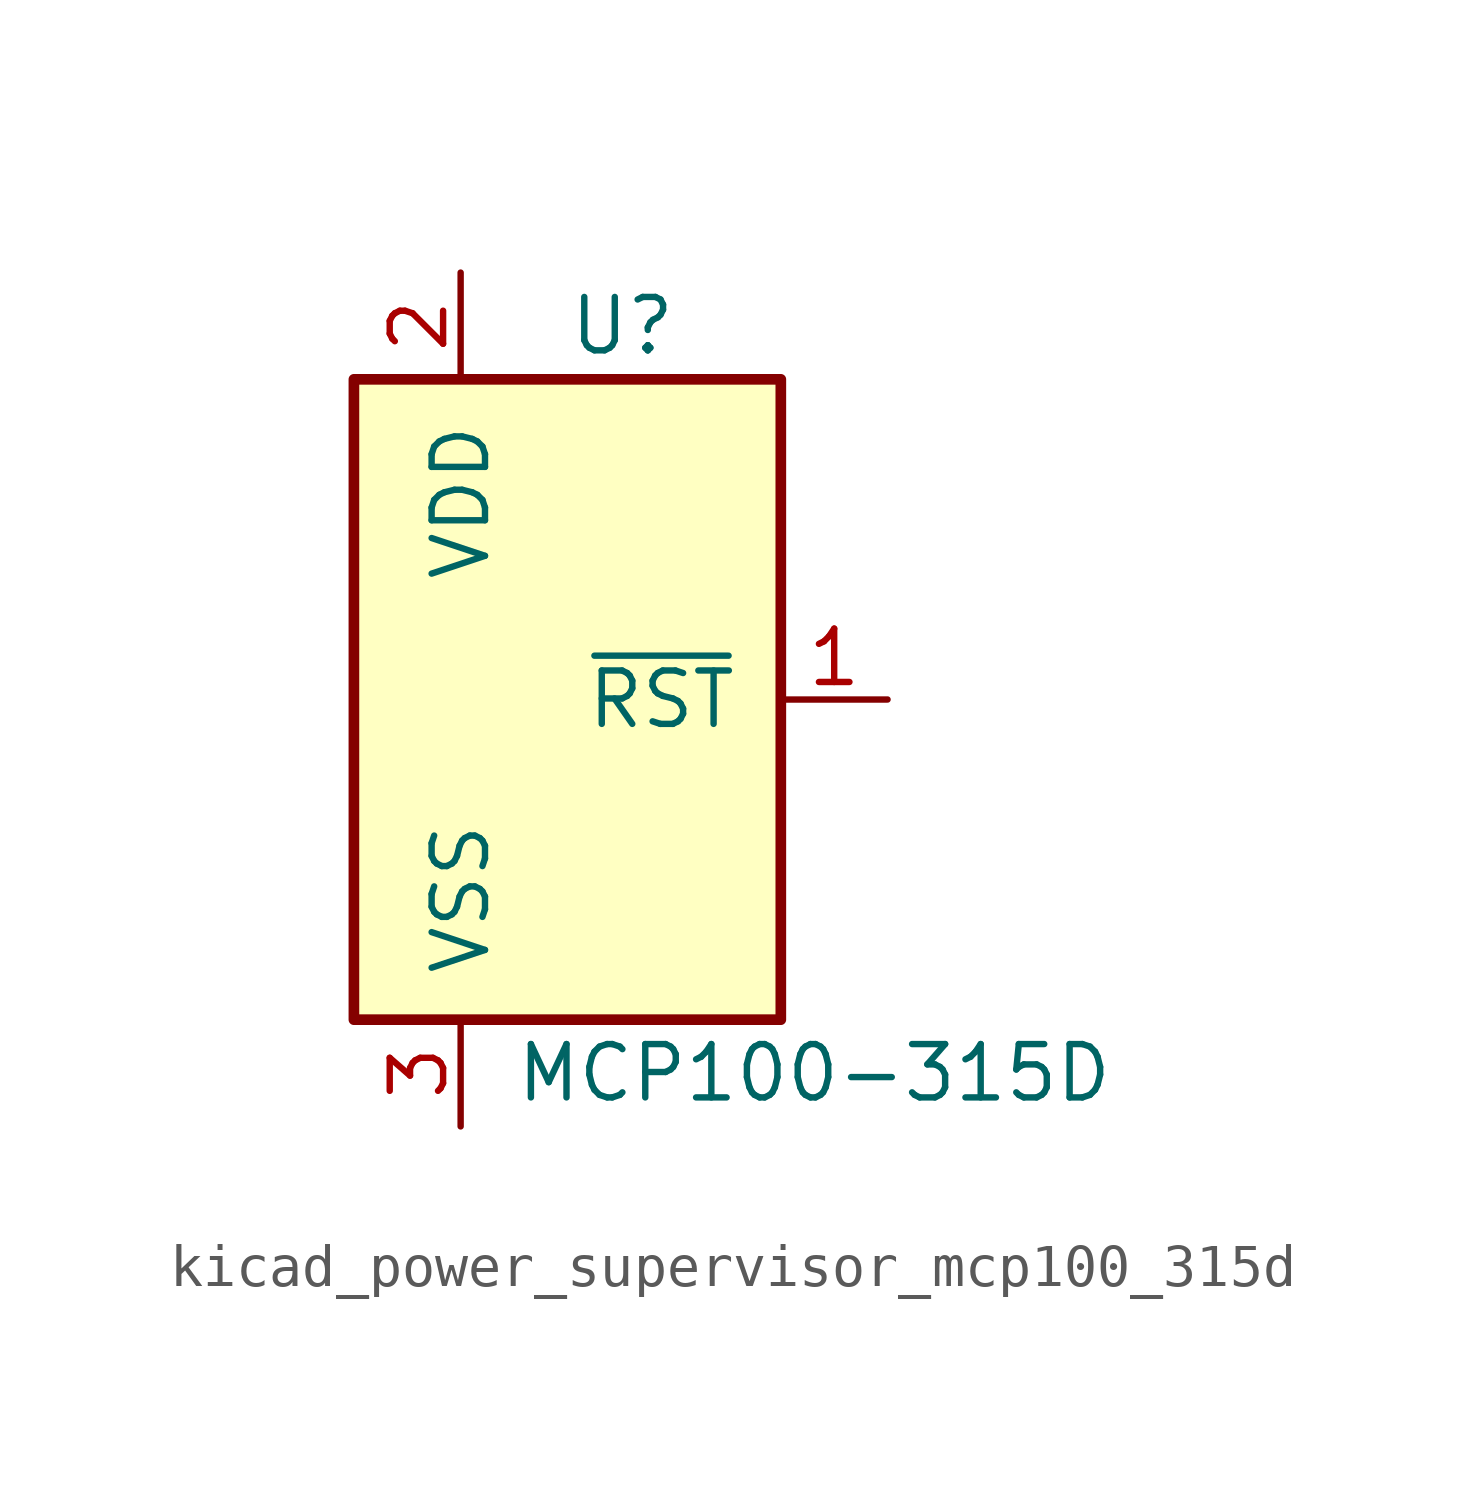
<source format=kicad_sym>
(kicad_symbol_lib
  (version 20220914)
  (generator kicad_symbol_editor)
  (symbol "kicad_power_supervisor_mcp100_315d"
    (pin_names
      (offset 1.016))
    (property "Reference" "U"
      (at 0 8.89 0)
      (effects (font (size 1.27 1.27)) (justify left)))
    (property "Value" "MCP100-315D"
      (at -1.27 -8.89 0)
      (effects (font (size 1.27 1.27)) (justify left)))
    (symbol "kicad_power_supervisor_mcp100_315d_1_1"
      (rectangle (start -5.08 7.62) (end 5.08 -7.62) (stroke (width 0.254) (type default)) (fill (type background)))
      (pin output line (at 7.62 0 180) (length 2.54) (name "~{RST}" (effects (font (size 1.27 1.27)))) (number "1" (effects (font (size 1.27 1.27)))))
      (pin power_in line (at -2.54 10.16 270) (length 2.54) (name "VDD" (effects (font (size 1.27 1.27)))) (number "2" (effects (font (size 1.27 1.27)))))
      (pin power_in line (at -2.54 -10.16 90) (length 2.54) (name "VSS" (effects (font (size 1.27 1.27)))) (number "3" (effects (font (size 1.27 1.27))))))))
</source>
